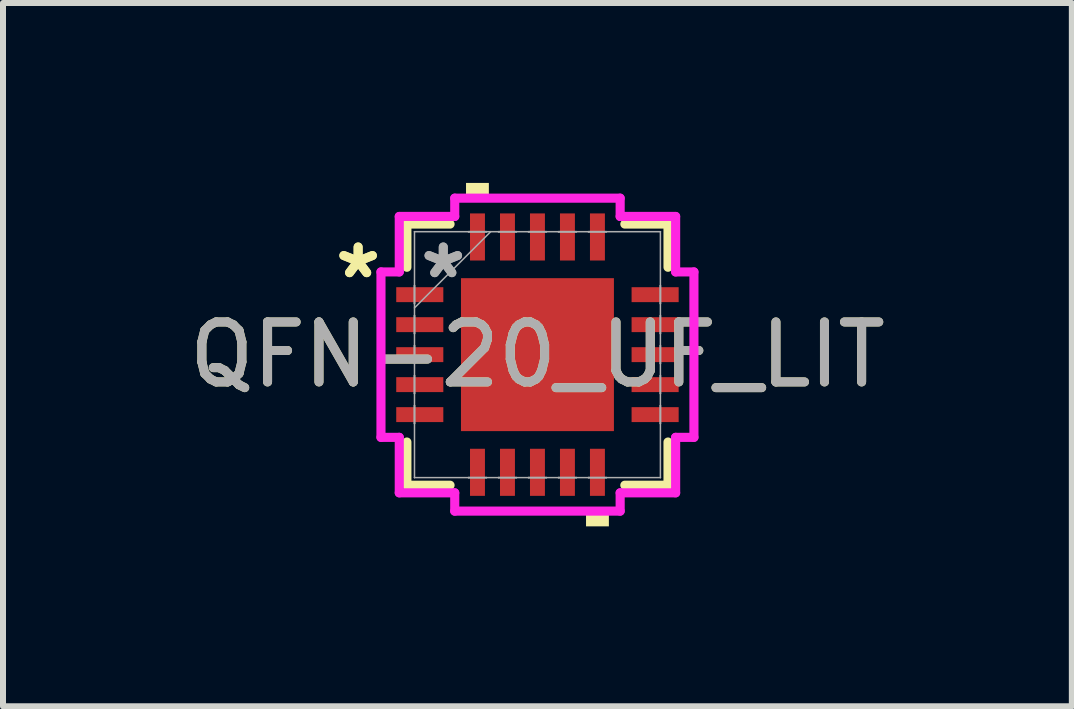
<source format=kicad_pcb>
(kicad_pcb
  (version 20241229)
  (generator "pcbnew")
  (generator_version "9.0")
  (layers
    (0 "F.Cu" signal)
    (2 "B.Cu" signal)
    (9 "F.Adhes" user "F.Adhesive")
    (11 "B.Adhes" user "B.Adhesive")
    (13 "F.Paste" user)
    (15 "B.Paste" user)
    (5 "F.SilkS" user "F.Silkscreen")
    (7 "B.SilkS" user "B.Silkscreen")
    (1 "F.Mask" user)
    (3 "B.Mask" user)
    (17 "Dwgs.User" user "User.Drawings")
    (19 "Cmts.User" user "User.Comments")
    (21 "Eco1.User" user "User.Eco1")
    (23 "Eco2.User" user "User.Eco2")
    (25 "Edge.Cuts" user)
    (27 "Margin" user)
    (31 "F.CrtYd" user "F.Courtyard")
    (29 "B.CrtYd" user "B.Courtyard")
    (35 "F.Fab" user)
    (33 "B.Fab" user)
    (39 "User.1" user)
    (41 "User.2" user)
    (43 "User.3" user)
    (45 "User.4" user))
  (footprint "QFN-20_UF_LIT"
    (layer "F.Cu")
    (at 5.911 2.863)
    (property "Reference" "QFN-20_UF_LIT" (at 0 0 0) (unlocked yes) (layer "F.SilkS") (effects (font (size 1 1) (thickness 0.15))))
    (attr smd)
    (fp_line (start -2.177 -2.177) (end -2.177 -1.457) (stroke (width 0.152) (type solid)) (layer "F.SilkS"))
    (fp_line (start -2.177 1.457) (end -2.177 2.177) (stroke (width 0.152) (type solid)) (layer "F.SilkS"))
    (fp_line (start -2.177 2.177) (end -1.457 2.177) (stroke (width 0.152) (type solid)) (layer "F.SilkS"))
    (fp_line (start -1.457 -2.177) (end -2.177 -2.177) (stroke (width 0.152) (type solid)) (layer "F.SilkS"))
    (fp_line (start 1.457 2.177) (end 2.177 2.177) (stroke (width 0.152) (type solid)) (layer "F.SilkS"))
    (fp_line (start 2.177 -2.177) (end 1.457 -2.177) (stroke (width 0.152) (type solid)) (layer "F.SilkS"))
    (fp_line (start 2.177 -1.457) (end 2.177 -2.177) (stroke (width 0.152) (type solid)) (layer "F.SilkS"))
    (fp_line (start 2.177 2.177) (end 2.177 1.457) (stroke (width 0.152) (type solid)) (layer "F.SilkS"))
    (fp_poly (pts (xy -1.191 -2.609) (xy -1.191 -2.863) (xy -0.81 -2.863) (xy -0.81 -2.609)) (stroke (width 0) (type solid)) (fill yes) (layer "F.SilkS"))
    (fp_poly (pts (xy 0.81 2.609) (xy 0.81 2.863) (xy 1.191 2.863) (xy 1.191 2.609)) (stroke (width 0) (type solid)) (fill yes) (layer "F.SilkS"))
    (fp_poly (pts (xy -1.175 -1.175) (xy -1.175 -0.1) (xy -0.1 -0.1) (xy -0.1 -1.175)) (stroke (width 0) (type solid)) (fill yes) (layer "F.Paste"))
    (fp_poly (pts (xy -1.175 0.1) (xy -1.175 1.175) (xy -0.1 1.175) (xy -0.1 0.1)) (stroke (width 0) (type solid)) (fill yes) (layer "F.Paste"))
    (fp_poly (pts (xy 0.1 -1.175) (xy 0.1 -0.1) (xy 1.175 -0.1) (xy 1.175 -1.175)) (stroke (width 0) (type solid)) (fill yes) (layer "F.Paste"))
    (fp_poly (pts (xy 0.1 0.1) (xy 0.1 1.175) (xy 1.175 1.175) (xy 1.175 0.1)) (stroke (width 0) (type solid)) (fill yes) (layer "F.Paste"))
    (fp_line (start -2.609 -1.379) (end -2.304 -1.379) (stroke (width 0.152) (type solid)) (layer "F.CrtYd"))
    (fp_line (start -2.609 1.379) (end -2.609 -1.379) (stroke (width 0.152) (type solid)) (layer "F.CrtYd"))
    (fp_line (start -2.304 -2.304) (end -1.379 -2.304) (stroke (width 0.152) (type solid)) (layer "F.CrtYd"))
    (fp_line (start -2.304 -1.379) (end -2.304 -2.304) (stroke (width 0.152) (type solid)) (layer "F.CrtYd"))
    (fp_line (start -2.304 1.379) (end -2.609 1.379) (stroke (width 0.152) (type solid)) (layer "F.CrtYd"))
    (fp_line (start -2.304 2.304) (end -2.304 1.379) (stroke (width 0.152) (type solid)) (layer "F.CrtYd"))
    (fp_line (start -1.379 -2.609) (end 1.379 -2.609) (stroke (width 0.152) (type solid)) (layer "F.CrtYd"))
    (fp_line (start -1.379 -2.304) (end -1.379 -2.609) (stroke (width 0.152) (type solid)) (layer "F.CrtYd"))
    (fp_line (start -1.379 2.304) (end -2.304 2.304) (stroke (width 0.152) (type solid)) (layer "F.CrtYd"))
    (fp_line (start -1.379 2.609) (end -1.379 2.304) (stroke (width 0.152) (type solid)) (layer "F.CrtYd"))
    (fp_line (start 1.379 -2.609) (end 1.379 -2.304) (stroke (width 0.152) (type solid)) (layer "F.CrtYd"))
    (fp_line (start 1.379 -2.304) (end 2.304 -2.304) (stroke (width 0.152) (type solid)) (layer "F.CrtYd"))
    (fp_line (start 1.379 2.304) (end 1.379 2.609) (stroke (width 0.152) (type solid)) (layer "F.CrtYd"))
    (fp_line (start 1.379 2.609) (end -1.379 2.609) (stroke (width 0.152) (type solid)) (layer "F.CrtYd"))
    (fp_line (start 2.304 -2.304) (end 2.304 -1.379) (stroke (width 0.152) (type solid)) (layer "F.CrtYd"))
    (fp_line (start 2.304 -1.379) (end 2.609 -1.379) (stroke (width 0.152) (type solid)) (layer "F.CrtYd"))
    (fp_line (start 2.304 1.379) (end 2.304 2.304) (stroke (width 0.152) (type solid)) (layer "F.CrtYd"))
    (fp_line (start 2.304 2.304) (end 1.379 2.304) (stroke (width 0.152) (type solid)) (layer "F.CrtYd"))
    (fp_line (start 2.609 -1.379) (end 2.609 1.379) (stroke (width 0.152) (type solid)) (layer "F.CrtYd"))
    (fp_line (start 2.609 1.379) (end 2.304 1.379) (stroke (width 0.152) (type solid)) (layer "F.CrtYd"))
    (fp_line (start -2.05 -2.05) (end -2.05 -2.05) (stroke (width 0.025) (type solid)) (layer "F.Fab"))
    (fp_line (start -2.05 -2.05) (end -2.05 2.05) (stroke (width 0.025) (type solid)) (layer "F.Fab"))
    (fp_line (start -2.05 -1.15) (end -2.05 -1.15) (stroke (width 0.025) (type solid)) (layer "F.Fab"))
    (fp_line (start -2.05 -1.15) (end -2.05 -0.85) (stroke (width 0.025) (type solid)) (layer "F.Fab"))
    (fp_line (start -2.05 -0.85) (end -2.05 -1.15) (stroke (width 0.025) (type solid)) (layer "F.Fab"))
    (fp_line (start -2.05 -0.85) (end -2.05 -0.85) (stroke (width 0.025) (type solid)) (layer "F.Fab"))
    (fp_line (start -2.05 -0.78) (end -0.78 -2.05) (stroke (width 0.025) (type solid)) (layer "F.Fab"))
    (fp_line (start -2.05 -0.65) (end -2.05 -0.65) (stroke (width 0.025) (type solid)) (layer "F.Fab"))
    (fp_line (start -2.05 -0.65) (end -2.05 -0.35) (stroke (width 0.025) (type solid)) (layer "F.Fab"))
    (fp_line (start -2.05 -0.35) (end -2.05 -0.65) (stroke (width 0.025) (type solid)) (layer "F.Fab"))
    (fp_line (start -2.05 -0.35) (end -2.05 -0.35) (stroke (width 0.025) (type solid)) (layer "F.Fab"))
    (fp_line (start -2.05 -0.15) (end -2.05 -0.15) (stroke (width 0.025) (type solid)) (layer "F.Fab"))
    (fp_line (start -2.05 -0.15) (end -2.05 0.15) (stroke (width 0.025) (type solid)) (layer "F.Fab"))
    (fp_line (start -2.05 0.15) (end -2.05 -0.15) (stroke (width 0.025) (type solid)) (layer "F.Fab"))
    (fp_line (start -2.05 0.15) (end -2.05 0.15) (stroke (width 0.025) (type solid)) (layer "F.Fab"))
    (fp_line (start -2.05 0.35) (end -2.05 0.35) (stroke (width 0.025) (type solid)) (layer "F.Fab"))
    (fp_line (start -2.05 0.35) (end -2.05 0.65) (stroke (width 0.025) (type solid)) (layer "F.Fab"))
    (fp_line (start -2.05 0.65) (end -2.05 0.35) (stroke (width 0.025) (type solid)) (layer "F.Fab"))
    (fp_line (start -2.05 0.65) (end -2.05 0.65) (stroke (width 0.025) (type solid)) (layer "F.Fab"))
    (fp_line (start -2.05 0.85) (end -2.05 0.85) (stroke (width 0.025) (type solid)) (layer "F.Fab"))
    (fp_line (start -2.05 0.85) (end -2.05 1.15) (stroke (width 0.025) (type solid)) (layer "F.Fab"))
    (fp_line (start -2.05 1.15) (end -2.05 0.85) (stroke (width 0.025) (type solid)) (layer "F.Fab"))
    (fp_line (start -2.05 1.15) (end -2.05 1.15) (stroke (width 0.025) (type solid)) (layer "F.Fab"))
    (fp_line (start -2.05 2.05) (end -2.05 2.05) (stroke (width 0.025) (type solid)) (layer "F.Fab"))
    (fp_line (start -2.05 2.05) (end 2.05 2.05) (stroke (width 0.025) (type solid)) (layer "F.Fab"))
    (fp_line (start -1.15 -2.05) (end -1.15 -2.05) (stroke (width 0.025) (type solid)) (layer "F.Fab"))
    (fp_line (start -1.15 -2.05) (end -0.85 -2.05) (stroke (width 0.025) (type solid)) (layer "F.Fab"))
    (fp_line (start -1.15 2.05) (end -1.15 2.05) (stroke (width 0.025) (type solid)) (layer "F.Fab"))
    (fp_line (start -1.15 2.05) (end -0.85 2.05) (stroke (width 0.025) (type solid)) (layer "F.Fab"))
    (fp_line (start -0.85 -2.05) (end -1.15 -2.05) (stroke (width 0.025) (type solid)) (layer "F.Fab"))
    (fp_line (start -0.85 -2.05) (end -0.85 -2.05) (stroke (width 0.025) (type solid)) (layer "F.Fab"))
    (fp_line (start -0.85 2.05) (end -1.15 2.05) (stroke (width 0.025) (type solid)) (layer "F.Fab"))
    (fp_line (start -0.85 2.05) (end -0.85 2.05) (stroke (width 0.025) (type solid)) (layer "F.Fab"))
    (fp_line (start -0.65 -2.05) (end -0.65 -2.05) (stroke (width 0.025) (type solid)) (layer "F.Fab"))
    (fp_line (start -0.65 -2.05) (end -0.35 -2.05) (stroke (width 0.025) (type solid)) (layer "F.Fab"))
    (fp_line (start -0.65 2.05) (end -0.65 2.05) (stroke (width 0.025) (type solid)) (layer "F.Fab"))
    (fp_line (start -0.65 2.05) (end -0.35 2.05) (stroke (width 0.025) (type solid)) (layer "F.Fab"))
    (fp_line (start -0.35 -2.05) (end -0.65 -2.05) (stroke (width 0.025) (type solid)) (layer "F.Fab"))
    (fp_line (start -0.35 -2.05) (end -0.35 -2.05) (stroke (width 0.025) (type solid)) (layer "F.Fab"))
    (fp_line (start -0.35 2.05) (end -0.65 2.05) (stroke (width 0.025) (type solid)) (layer "F.Fab"))
    (fp_line (start -0.35 2.05) (end -0.35 2.05) (stroke (width 0.025) (type solid)) (layer "F.Fab"))
    (fp_line (start -0.15 -2.05) (end -0.15 -2.05) (stroke (width 0.025) (type solid)) (layer "F.Fab"))
    (fp_line (start -0.15 -2.05) (end 0.15 -2.05) (stroke (width 0.025) (type solid)) (layer "F.Fab"))
    (fp_line (start -0.15 2.05) (end -0.15 2.05) (stroke (width 0.025) (type solid)) (layer "F.Fab"))
    (fp_line (start -0.15 2.05) (end 0.15 2.05) (stroke (width 0.025) (type solid)) (layer "F.Fab"))
    (fp_line (start 0.15 -2.05) (end -0.15 -2.05) (stroke (width 0.025) (type solid)) (layer "F.Fab"))
    (fp_line (start 0.15 -2.05) (end 0.15 -2.05) (stroke (width 0.025) (type solid)) (layer "F.Fab"))
    (fp_line (start 0.15 2.05) (end -0.15 2.05) (stroke (width 0.025) (type solid)) (layer "F.Fab"))
    (fp_line (start 0.15 2.05) (end 0.15 2.05) (stroke (width 0.025) (type solid)) (layer "F.Fab"))
    (fp_line (start 0.35 -2.05) (end 0.35 -2.05) (stroke (width 0.025) (type solid)) (layer "F.Fab"))
    (fp_line (start 0.35 -2.05) (end 0.65 -2.05) (stroke (width 0.025) (type solid)) (layer "F.Fab"))
    (fp_line (start 0.35 2.05) (end 0.35 2.05) (stroke (width 0.025) (type solid)) (layer "F.Fab"))
    (fp_line (start 0.35 2.05) (end 0.65 2.05) (stroke (width 0.025) (type solid)) (layer "F.Fab"))
    (fp_line (start 0.65 -2.05) (end 0.35 -2.05) (stroke (width 0.025) (type solid)) (layer "F.Fab"))
    (fp_line (start 0.65 -2.05) (end 0.65 -2.05) (stroke (width 0.025) (type solid)) (layer "F.Fab"))
    (fp_line (start 0.65 2.05) (end 0.35 2.05) (stroke (width 0.025) (type solid)) (layer "F.Fab"))
    (fp_line (start 0.65 2.05) (end 0.65 2.05) (stroke (width 0.025) (type solid)) (layer "F.Fab"))
    (fp_line (start 0.85 -2.05) (end 0.85 -2.05) (stroke (width 0.025) (type solid)) (layer "F.Fab"))
    (fp_line (start 0.85 -2.05) (end 1.15 -2.05) (stroke (width 0.025) (type solid)) (layer "F.Fab"))
    (fp_line (start 0.85 2.05) (end 0.85 2.05) (stroke (width 0.025) (type solid)) (layer "F.Fab"))
    (fp_line (start 0.85 2.05) (end 1.15 2.05) (stroke (width 0.025) (type solid)) (layer "F.Fab"))
    (fp_line (start 1.15 -2.05) (end 0.85 -2.05) (stroke (width 0.025) (type solid)) (layer "F.Fab"))
    (fp_line (start 1.15 -2.05) (end 1.15 -2.05) (stroke (width 0.025) (type solid)) (layer "F.Fab"))
    (fp_line (start 1.15 2.05) (end 0.85 2.05) (stroke (width 0.025) (type solid)) (layer "F.Fab"))
    (fp_line (start 1.15 2.05) (end 1.15 2.05) (stroke (width 0.025) (type solid)) (layer "F.Fab"))
    (fp_line (start 2.05 -2.05) (end -2.05 -2.05) (stroke (width 0.025) (type solid)) (layer "F.Fab"))
    (fp_line (start 2.05 -2.05) (end 2.05 -2.05) (stroke (width 0.025) (type solid)) (layer "F.Fab"))
    (fp_line (start 2.05 -1.15) (end 2.05 -1.15) (stroke (width 0.025) (type solid)) (layer "F.Fab"))
    (fp_line (start 2.05 -1.15) (end 2.05 -0.85) (stroke (width 0.025) (type solid)) (layer "F.Fab"))
    (fp_line (start 2.05 -0.85) (end 2.05 -1.15) (stroke (width 0.025) (type solid)) (layer "F.Fab"))
    (fp_line (start 2.05 -0.85) (end 2.05 -0.85) (stroke (width 0.025) (type solid)) (layer "F.Fab"))
    (fp_line (start 2.05 -0.65) (end 2.05 -0.65) (stroke (width 0.025) (type solid)) (layer "F.Fab"))
    (fp_line (start 2.05 -0.65) (end 2.05 -0.35) (stroke (width 0.025) (type solid)) (layer "F.Fab"))
    (fp_line (start 2.05 -0.35) (end 2.05 -0.65) (stroke (width 0.025) (type solid)) (layer "F.Fab"))
    (fp_line (start 2.05 -0.35) (end 2.05 -0.35) (stroke (width 0.025) (type solid)) (layer "F.Fab"))
    (fp_line (start 2.05 -0.15) (end 2.05 -0.15) (stroke (width 0.025) (type solid)) (layer "F.Fab"))
    (fp_line (start 2.05 -0.15) (end 2.05 0.15) (stroke (width 0.025) (type solid)) (layer "F.Fab"))
    (fp_line (start 2.05 0.15) (end 2.05 -0.15) (stroke (width 0.025) (type solid)) (layer "F.Fab"))
    (fp_line (start 2.05 0.15) (end 2.05 0.15) (stroke (width 0.025) (type solid)) (layer "F.Fab"))
    (fp_line (start 2.05 0.35) (end 2.05 0.35) (stroke (width 0.025) (type solid)) (layer "F.Fab"))
    (fp_line (start 2.05 0.35) (end 2.05 0.65) (stroke (width 0.025) (type solid)) (layer "F.Fab"))
    (fp_line (start 2.05 0.65) (end 2.05 0.35) (stroke (width 0.025) (type solid)) (layer "F.Fab"))
    (fp_line (start 2.05 0.65) (end 2.05 0.65) (stroke (width 0.025) (type solid)) (layer "F.Fab"))
    (fp_line (start 2.05 0.85) (end 2.05 0.85) (stroke (width 0.025) (type solid)) (layer "F.Fab"))
    (fp_line (start 2.05 0.85) (end 2.05 1.15) (stroke (width 0.025) (type solid)) (layer "F.Fab"))
    (fp_line (start 2.05 1.15) (end 2.05 0.85) (stroke (width 0.025) (type solid)) (layer "F.Fab"))
    (fp_line (start 2.05 1.15) (end 2.05 1.15) (stroke (width 0.025) (type solid)) (layer "F.Fab"))
    (fp_line (start 2.05 2.05) (end 2.05 -2.05) (stroke (width 0.025) (type solid)) (layer "F.Fab"))
    (fp_line (start 2.05 2.05) (end 2.05 2.05) (stroke (width 0.025) (type solid)) (layer "F.Fab"))
    (fp_text user "*" (at -2.99 -1.25 0) (layer "F.SilkS") (effects (font (size 1 1) (thickness 0.15))))
    (fp_text user "*" (at -2.99 -1.25 0) (unlocked yes) (layer "F.SilkS") (effects (font (size 1 1) (thickness 0.15))))
    (fp_text user "*" (at -1.57 -1.25 0) (unlocked yes) (layer "F.Fab") (effects (font (size 1 1) (thickness 0.15))))
    (fp_text user "*" (at -1.57 -1.25 0) (layer "F.Fab") (effects (font (size 1 1) (thickness 0.15))))
    (fp_text user "${REFERENCE}" (at 0 0 0) (unlocked yes) (layer "F.Fab") (effects (font (size 1 1) (thickness 0.15))))
    (pad "1" smd rect (at -1.962 -1 90) (size 0.249 0.785) (layers "F.Cu" "F.Mask" "F.Paste"))
    (pad "2" smd rect (at -1.962 -0.5 90) (size 0.249 0.785) (layers "F.Cu" "F.Mask" "F.Paste"))
    (pad "3" smd rect (at -1.962 0 90) (size 0.249 0.785) (layers "F.Cu" "F.Mask" "F.Paste"))
    (pad "4" smd rect (at -1.962 0.5 90) (size 0.249 0.785) (layers "F.Cu" "F.Mask" "F.Paste"))
    (pad "5" smd rect (at -1.962 1 90) (size 0.249 0.785) (layers "F.Cu" "F.Mask" "F.Paste"))
    (pad "6" smd rect (at -1 1.962) (size 0.249 0.785) (layers "F.Cu" "F.Mask" "F.Paste"))
    (pad "7" smd rect (at -0.5 1.962) (size 0.249 0.785) (layers "F.Cu" "F.Mask" "F.Paste"))
    (pad "8" smd rect (at 0 1.962) (size 0.249 0.785) (layers "F.Cu" "F.Mask" "F.Paste"))
    (pad "9" smd rect (at 0.5 1.962) (size 0.249 0.785) (layers "F.Cu" "F.Mask" "F.Paste"))
    (pad "10" smd rect (at 1 1.962) (size 0.249 0.785) (layers "F.Cu" "F.Mask" "F.Paste"))
    (pad "11" smd rect (at 1.962 1 90) (size 0.249 0.785) (layers "F.Cu" "F.Mask" "F.Paste"))
    (pad "12" smd rect (at 1.962 0.5 90) (size 0.249 0.785) (layers "F.Cu" "F.Mask" "F.Paste"))
    (pad "13" smd rect (at 1.962 0 90) (size 0.249 0.785) (layers "F.Cu" "F.Mask" "F.Paste"))
    (pad "14" smd rect (at 1.962 -0.5 90) (size 0.249 0.785) (layers "F.Cu" "F.Mask" "F.Paste"))
    (pad "15" smd rect (at 1.962 -1 90) (size 0.249 0.785) (layers "F.Cu" "F.Mask" "F.Paste"))
    (pad "16" smd rect (at 1 -1.962) (size 0.249 0.785) (layers "F.Cu" "F.Mask" "F.Paste"))
    (pad "17" smd rect (at 0.5 -1.962) (size 0.249 0.785) (layers "F.Cu" "F.Mask" "F.Paste"))
    (pad "18" smd rect (at 0 -1.962) (size 0.249 0.785) (layers "F.Cu" "F.Mask" "F.Paste"))
    (pad "19" smd rect (at -0.5 -1.962) (size 0.249 0.785) (layers "F.Cu" "F.Mask" "F.Paste"))
    (pad "20" smd rect (at -1 -1.962) (size 0.249 0.785) (layers "F.Cu" "F.Mask" "F.Paste"))
    (pad "21" smd rect (at 0 0) (size 2.55 2.55) (layers "F.Cu" "F.Mask")))
  (gr_rect
    (start -3 -3)
    (end 14.821 8.726)
    (stroke (width 0.1) (type default))
    (fill no)
    (layer "Edge.Cuts")))
</source>
